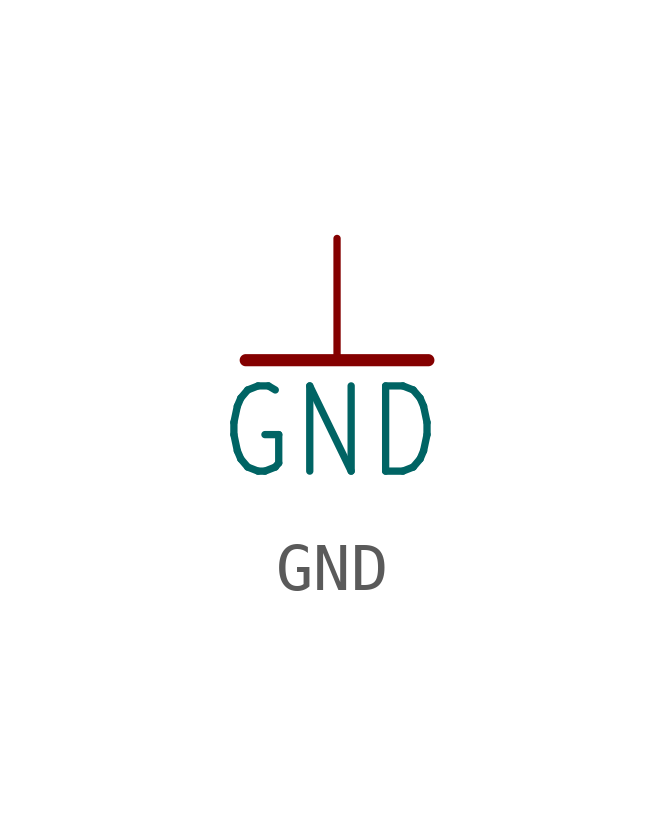
<source format=kicad_sym>
(kicad_symbol_lib
  (version 20201005)
  (generator kicad_symbol_editor)
  (symbol "GND"
    (power)
    (property "Reference" "#GND"
      (at 0 0 0)
      (effects (font (size 1.27 1.27)) hide))
    (property "Value" "GND"
      (at -2.54 -2.54 0)
      (effects (font (size 1.778 1.511)) (justify left bottom)))
    (property "ki_locked" ""
      (at 0 0 0)
      (effects (font (size 1.27 1.27))))
    (symbol "GND_1_0"
      (polyline (pts (xy -1.905 0) (xy 1.905 0)) (stroke (width 0.254)) (fill (type none)))
      (pin power_in line (at 0 2.54 270) (length 2.54) (name "GND" (effects (font (size 0 0)))) (number "1" (effects (font (size 0 0))))))))
</source>
